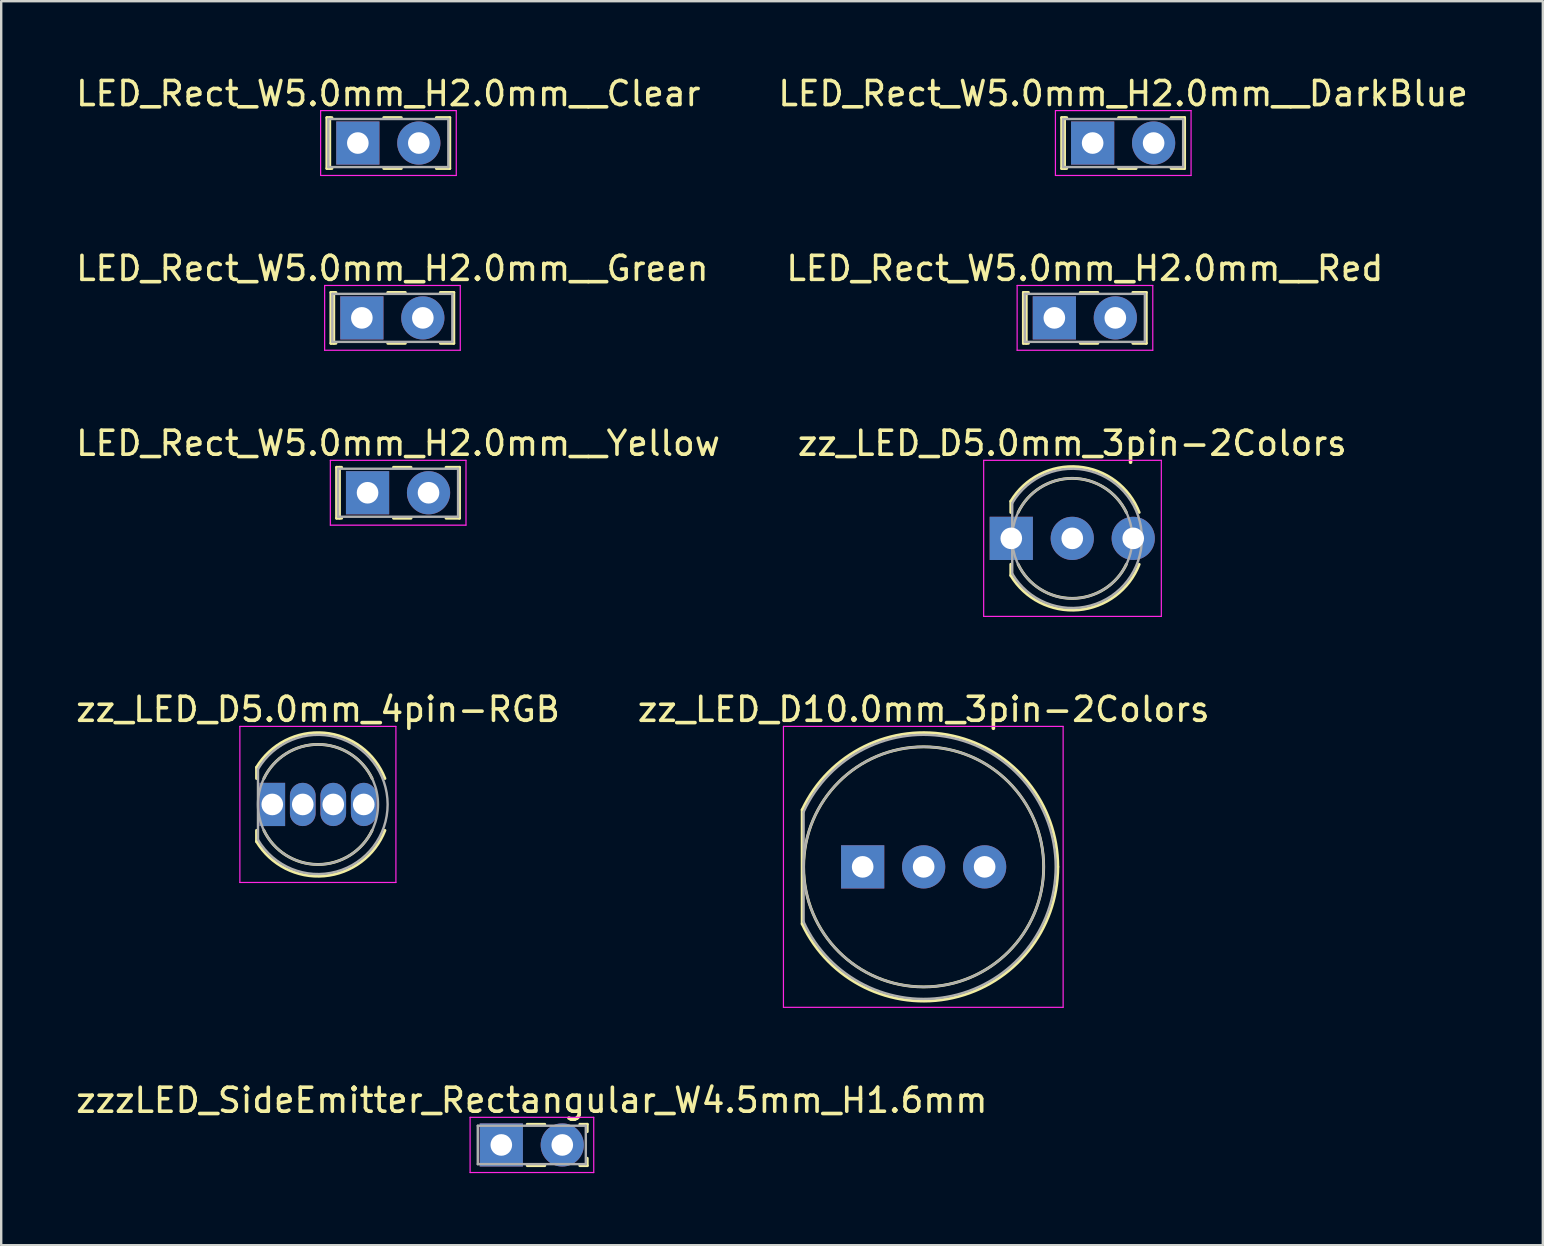
<source format=kicad_pcb>
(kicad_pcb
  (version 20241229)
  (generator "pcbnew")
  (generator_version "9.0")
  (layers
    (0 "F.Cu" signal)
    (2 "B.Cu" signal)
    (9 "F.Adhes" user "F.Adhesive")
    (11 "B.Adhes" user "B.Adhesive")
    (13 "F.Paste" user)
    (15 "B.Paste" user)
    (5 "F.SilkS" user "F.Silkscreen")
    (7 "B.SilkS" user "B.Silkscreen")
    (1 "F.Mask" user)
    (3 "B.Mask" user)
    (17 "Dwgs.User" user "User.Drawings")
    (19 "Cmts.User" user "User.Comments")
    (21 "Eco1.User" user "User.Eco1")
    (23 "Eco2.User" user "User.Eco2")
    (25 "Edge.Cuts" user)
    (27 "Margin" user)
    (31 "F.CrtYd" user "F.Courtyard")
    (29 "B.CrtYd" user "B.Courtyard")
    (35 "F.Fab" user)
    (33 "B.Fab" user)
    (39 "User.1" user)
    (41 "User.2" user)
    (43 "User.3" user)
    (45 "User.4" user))
  (footprint "zz_LED_D10.0mm_3pin-2Colors"
    (layer "F.Cu")
    (at 32.883 33.058)
    (property "Reference" "zz_LED_D10.0mm_3pin-2Colors" (at 2.54 -6.56 0) (layer "F.SilkS") (effects (font (size 1 1) (thickness 0.15))))
    (attr through_hole)
    (fp_line (start -2.52 -2.376) (end -2.52 2.376) (stroke (width 0.12) (type solid)) (layer "F.SilkS"))
    (fp_arc (start -2.52 -2.375816) (mid 3.754794 -5.456407) (end 8.129998 -0.004741) (stroke (width 0.12) (type solid)) (layer "F.SilkS"))
    (fp_arc (start 8.129998 0.004741) (mid 3.754794 5.456407) (end -2.52 2.375816) (stroke (width 0.12) (type solid)) (layer "F.SilkS"))
    (fp_circle (center 2.54 0) (end 7.54 0) (stroke (width 0.12) (type solid)) (fill no) (layer "F.SilkS"))
    (fp_line (start -3.3 -5.85) (end -3.3 5.85) (stroke (width 0.05) (type solid)) (layer "F.CrtYd"))
    (fp_line (start -3.3 5.85) (end 8.35 5.85) (stroke (width 0.05) (type solid)) (layer "F.CrtYd"))
    (fp_line (start 8.35 -5.85) (end -3.3 -5.85) (stroke (width 0.05) (type solid)) (layer "F.CrtYd"))
    (fp_line (start 8.35 5.85) (end 8.35 -5.85) (stroke (width 0.05) (type solid)) (layer "F.CrtYd"))
    (fp_line (start -2.46 -2.291) (end -2.46 2.291) (stroke (width 0.1) (type solid)) (layer "F.Fab"))
    (fp_arc (start -2.46 -2.291288) (mid 8.04 0.001918) (end -2.461597 2.2878) (stroke (width 0.1) (type solid)) (layer "F.Fab"))
    (fp_circle (center 2.54 0) (end 7.54 0) (stroke (width 0.1) (type solid)) (fill no) (layer "F.Fab"))
    (pad "1" thru_hole rect (at 0 0) (size 1.8 1.8) (drill 0.9) (layers "*.Cu" "*.Mask"))
    (pad "2" thru_hole circle (at 2.54 0) (size 1.8 1.8) (drill 0.9) (layers "*.Cu" "*.Mask"))
    (pad "3" thru_hole circle (at 5.08 0) (size 1.8 1.8) (drill 0.9) (layers "*.Cu" "*.Mask")))
  (footprint "zz_LED_D5.0mm_3pin-2Colors"
    (layer "F.Cu")
    (at 39.073 19.375)
    (property "Reference" "zz_LED_D5.0mm_3pin-2Colors" (at 2.54 -3.96 0) (layer "F.SilkS") (effects (font (size 1 1) (thickness 0.15))))
    (attr through_hole)
    (fp_line (start -0.02 -1.545) (end -0.02 -1.08) (stroke (width 0.12) (type solid)) (layer "F.SilkS"))
    (fp_line (start -0.02 1.08) (end -0.02 1.545) (stroke (width 0.12) (type solid)) (layer "F.SilkS"))
    (fp_arc (start -0.02 -1.54483) (mid 2.798456 -2.978809) (end 5.327815 -1.080827) (stroke (width 0.12) (type solid)) (layer "F.SilkS"))
    (fp_arc (start 0.285316 -1.08) (mid 2.539762 -2.5) (end 4.794479 -1.080429) (stroke (width 0.12) (type solid)) (layer "F.SilkS"))
    (fp_arc (start 4.794479 1.080429) (mid 2.539762 2.5) (end 0.285316 1.08) (stroke (width 0.12) (type solid)) (layer "F.SilkS"))
    (fp_arc (start 5.327815 1.080827) (mid 2.798456 2.978808) (end -0.02 1.54483) (stroke (width 0.12) (type solid)) (layer "F.SilkS"))
    (fp_line (start -1.15 -3.25) (end -1.15 3.25) (stroke (width 0.05) (type solid)) (layer "F.CrtYd"))
    (fp_line (start -1.15 3.25) (end 6.25 3.25) (stroke (width 0.05) (type solid)) (layer "F.CrtYd"))
    (fp_line (start 6.25 -3.25) (end -1.15 -3.25) (stroke (width 0.05) (type solid)) (layer "F.CrtYd"))
    (fp_line (start 6.25 3.25) (end 6.25 -3.25) (stroke (width 0.05) (type solid)) (layer "F.CrtYd"))
    (fp_line (start 0.04 -1.47) (end 0.04 1.47) (stroke (width 0.1) (type solid)) (layer "F.Fab"))
    (fp_arc (start 0.04 -1.469694) (mid 5.44 0.000016) (end 0.039984 1.469666) (stroke (width 0.1) (type solid)) (layer "F.Fab"))
    (fp_circle (center 2.54 0) (end 5.04 0) (stroke (width 0.1) (type solid)) (fill no) (layer "F.Fab"))
    (pad "1" thru_hole rect (at 0 0) (size 1.8 1.8) (drill 0.9) (layers "*.Cu" "*.Mask"))
    (pad "2" thru_hole circle (at 2.54 0) (size 1.8 1.8) (drill 0.9) (layers "*.Cu" "*.Mask"))
    (pad "3" thru_hole circle (at 5.08 0) (size 1.8 1.8) (drill 0.9) (layers "*.Cu" "*.Mask")))
  (footprint "LED_Rect_W5.0mm_H2.0mm__Clear"
    (layer "F.Cu")
    (at 11.855 2.908)
    (property "Reference" "LED_Rect_W5.0mm_H2.0mm__Clear" (at 1.27 -2.06 0) (layer "F.SilkS") (effects (font (size 1 1) (thickness 0.15))))
    (attr through_hole)
    (fp_line (start -1.29 -1.06) (end -1.29 1.06) (stroke (width 0.12) (type solid)) (layer "F.SilkS"))
    (fp_line (start -1.29 -1.06) (end -1.08 -1.06) (stroke (width 0.12) (type solid)) (layer "F.SilkS"))
    (fp_line (start -1.29 1.06) (end -1.08 1.06) (stroke (width 0.12) (type solid)) (layer "F.SilkS"))
    (fp_line (start -1.17 -1.06) (end -1.17 1.06) (stroke (width 0.12) (type solid)) (layer "F.SilkS"))
    (fp_line (start 1.08 -1.06) (end 1.811 -1.06) (stroke (width 0.12) (type solid)) (layer "F.SilkS"))
    (fp_line (start 1.08 1.06) (end 1.811 1.06) (stroke (width 0.12) (type solid)) (layer "F.SilkS"))
    (fp_line (start 3.27 -1.06) (end 3.83 -1.06) (stroke (width 0.12) (type solid)) (layer "F.SilkS"))
    (fp_line (start 3.27 1.06) (end 3.83 1.06) (stroke (width 0.12) (type solid)) (layer "F.SilkS"))
    (fp_line (start 3.83 -1.06) (end 3.83 1.06) (stroke (width 0.12) (type solid)) (layer "F.SilkS"))
    (fp_line (start -1.55 -1.35) (end -1.55 1.35) (stroke (width 0.05) (type solid)) (layer "F.CrtYd"))
    (fp_line (start -1.55 1.35) (end 4.1 1.35) (stroke (width 0.05) (type solid)) (layer "F.CrtYd"))
    (fp_line (start 4.1 -1.35) (end -1.55 -1.35) (stroke (width 0.05) (type solid)) (layer "F.CrtYd"))
    (fp_line (start 4.1 1.35) (end 4.1 -1.35) (stroke (width 0.05) (type solid)) (layer "F.CrtYd"))
    (fp_line (start -1.23 -1) (end -1.23 1) (stroke (width 0.1) (type solid)) (layer "F.Fab"))
    (fp_line (start -1.23 1) (end 3.77 1) (stroke (width 0.1) (type solid)) (layer "F.Fab"))
    (fp_line (start 3.77 -1) (end -1.23 -1) (stroke (width 0.1) (type solid)) (layer "F.Fab"))
    (fp_line (start 3.77 1) (end 3.77 -1) (stroke (width 0.1) (type solid)) (layer "F.Fab"))
    (pad "1" thru_hole rect (at 0 0) (size 1.8 1.8) (drill 0.9) (layers "*.Cu" "*.Mask"))
    (pad "2" thru_hole circle (at 2.54 0) (size 1.8 1.8) (drill 0.9) (layers "*.Cu" "*.Mask")))
  (footprint "LED_Rect_W5.0mm_H2.0mm__Yellow"
    (layer "F.Cu")
    (at 12.26 17.475)
    (property "Reference" "LED_Rect_W5.0mm_H2.0mm__Yellow" (at 1.27 -2.06 0) (layer "F.SilkS") (effects (font (size 1 1) (thickness 0.15))))
    (attr through_hole)
    (fp_line (start -1.29 -1.06) (end -1.29 1.06) (stroke (width 0.12) (type solid)) (layer "F.SilkS"))
    (fp_line (start -1.29 -1.06) (end -1.08 -1.06) (stroke (width 0.12) (type solid)) (layer "F.SilkS"))
    (fp_line (start -1.29 1.06) (end -1.08 1.06) (stroke (width 0.12) (type solid)) (layer "F.SilkS"))
    (fp_line (start -1.17 -1.06) (end -1.17 1.06) (stroke (width 0.12) (type solid)) (layer "F.SilkS"))
    (fp_line (start 1.08 -1.06) (end 1.811 -1.06) (stroke (width 0.12) (type solid)) (layer "F.SilkS"))
    (fp_line (start 1.08 1.06) (end 1.811 1.06) (stroke (width 0.12) (type solid)) (layer "F.SilkS"))
    (fp_line (start 3.27 -1.06) (end 3.83 -1.06) (stroke (width 0.12) (type solid)) (layer "F.SilkS"))
    (fp_line (start 3.27 1.06) (end 3.83 1.06) (stroke (width 0.12) (type solid)) (layer "F.SilkS"))
    (fp_line (start 3.83 -1.06) (end 3.83 1.06) (stroke (width 0.12) (type solid)) (layer "F.SilkS"))
    (fp_line (start -1.55 -1.35) (end -1.55 1.35) (stroke (width 0.05) (type solid)) (layer "F.CrtYd"))
    (fp_line (start -1.55 1.35) (end 4.1 1.35) (stroke (width 0.05) (type solid)) (layer "F.CrtYd"))
    (fp_line (start 4.1 -1.35) (end -1.55 -1.35) (stroke (width 0.05) (type solid)) (layer "F.CrtYd"))
    (fp_line (start 4.1 1.35) (end 4.1 -1.35) (stroke (width 0.05) (type solid)) (layer "F.CrtYd"))
    (fp_line (start -1.23 -1) (end -1.23 1) (stroke (width 0.1) (type solid)) (layer "F.Fab"))
    (fp_line (start -1.23 1) (end 3.77 1) (stroke (width 0.1) (type solid)) (layer "F.Fab"))
    (fp_line (start 3.77 -1) (end -1.23 -1) (stroke (width 0.1) (type solid)) (layer "F.Fab"))
    (fp_line (start 3.77 1) (end 3.77 -1) (stroke (width 0.1) (type solid)) (layer "F.Fab"))
    (pad "1" thru_hole rect (at 0 0) (size 1.8 1.8) (drill 0.9) (layers "*.Cu" "*.Mask"))
    (pad "2" thru_hole circle (at 2.54 0) (size 1.8 1.8) (drill 0.9) (layers "*.Cu" "*.Mask")))
  (footprint "LED_Rect_W5.0mm_H2.0mm__DarkBlue"
    (layer "F.Cu")
    (at 42.462 2.908)
    (property "Reference" "LED_Rect_W5.0mm_H2.0mm__DarkBlue" (at 1.27 -2.06 0) (layer "F.SilkS") (effects (font (size 1 1) (thickness 0.15))))
    (attr through_hole)
    (fp_line (start -1.29 -1.06) (end -1.29 1.06) (stroke (width 0.12) (type solid)) (layer "F.SilkS"))
    (fp_line (start -1.29 -1.06) (end -1.08 -1.06) (stroke (width 0.12) (type solid)) (layer "F.SilkS"))
    (fp_line (start -1.29 1.06) (end -1.08 1.06) (stroke (width 0.12) (type solid)) (layer "F.SilkS"))
    (fp_line (start -1.17 -1.06) (end -1.17 1.06) (stroke (width 0.12) (type solid)) (layer "F.SilkS"))
    (fp_line (start 1.08 -1.06) (end 1.811 -1.06) (stroke (width 0.12) (type solid)) (layer "F.SilkS"))
    (fp_line (start 1.08 1.06) (end 1.811 1.06) (stroke (width 0.12) (type solid)) (layer "F.SilkS"))
    (fp_line (start 3.27 -1.06) (end 3.83 -1.06) (stroke (width 0.12) (type solid)) (layer "F.SilkS"))
    (fp_line (start 3.27 1.06) (end 3.83 1.06) (stroke (width 0.12) (type solid)) (layer "F.SilkS"))
    (fp_line (start 3.83 -1.06) (end 3.83 1.06) (stroke (width 0.12) (type solid)) (layer "F.SilkS"))
    (fp_line (start -1.55 -1.35) (end -1.55 1.35) (stroke (width 0.05) (type solid)) (layer "F.CrtYd"))
    (fp_line (start -1.55 1.35) (end 4.1 1.35) (stroke (width 0.05) (type solid)) (layer "F.CrtYd"))
    (fp_line (start 4.1 -1.35) (end -1.55 -1.35) (stroke (width 0.05) (type solid)) (layer "F.CrtYd"))
    (fp_line (start 4.1 1.35) (end 4.1 -1.35) (stroke (width 0.05) (type solid)) (layer "F.CrtYd"))
    (fp_line (start -1.23 -1) (end -1.23 1) (stroke (width 0.1) (type solid)) (layer "F.Fab"))
    (fp_line (start -1.23 1) (end 3.77 1) (stroke (width 0.1) (type solid)) (layer "F.Fab"))
    (fp_line (start 3.77 -1) (end -1.23 -1) (stroke (width 0.1) (type solid)) (layer "F.Fab"))
    (fp_line (start 3.77 1) (end 3.77 -1) (stroke (width 0.1) (type solid)) (layer "F.Fab"))
    (pad "1" thru_hole rect (at 0 0) (size 1.8 1.8) (drill 0.9) (layers "*.Cu" "*.Mask"))
    (pad "2" thru_hole circle (at 2.54 0) (size 1.8 1.8) (drill 0.9) (layers "*.Cu" "*.Mask")))
  (footprint "zzzLED_SideEmitter_Rectangular_W4.5mm_H1.6mm"
    (layer "F.Cu")
    (at 17.831 44.641)
    (property "Reference" "zzzLED_SideEmitter_Rectangular_W4.5mm_H1.6mm" (at 1.27 -1.86 0) (layer "F.SilkS") (effects (font (size 1 1) (thickness 0.15))))
    (attr through_hole)
    (fp_line (start 1.08 -0.861) (end 1.811 -0.861) (stroke (width 0.12) (type solid)) (layer "F.SilkS"))
    (fp_line (start 1.08 0.861) (end 1.811 0.861) (stroke (width 0.12) (type solid)) (layer "F.SilkS"))
    (fp_line (start 3.27 -0.861) (end 3.58 -0.861) (stroke (width 0.12) (type solid)) (layer "F.SilkS"))
    (fp_line (start 3.27 0.861) (end 3.58 0.861) (stroke (width 0.12) (type solid)) (layer "F.SilkS"))
    (fp_line (start 3.58 -0.861) (end 3.58 -0.555) (stroke (width 0.12) (type solid)) (layer "F.SilkS"))
    (fp_line (start 3.58 0.555) (end 3.58 0.861) (stroke (width 0.12) (type solid)) (layer "F.SilkS"))
    (fp_line (start -1.3 -1.15) (end -1.3 1.15) (stroke (width 0.05) (type solid)) (layer "F.CrtYd"))
    (fp_line (start -1.3 1.15) (end 3.85 1.15) (stroke (width 0.05) (type solid)) (layer "F.CrtYd"))
    (fp_line (start 3.85 -1.15) (end -1.3 -1.15) (stroke (width 0.05) (type solid)) (layer "F.CrtYd"))
    (fp_line (start 3.85 1.15) (end 3.85 -1.15) (stroke (width 0.05) (type solid)) (layer "F.CrtYd"))
    (fp_line (start -0.98 -0.8) (end -0.98 0.8) (stroke (width 0.1) (type solid)) (layer "F.Fab"))
    (fp_line (start -0.98 0.8) (end 3.52 0.8) (stroke (width 0.1) (type solid)) (layer "F.Fab"))
    (fp_line (start 3.52 -0.8) (end -0.98 -0.8) (stroke (width 0.1) (type solid)) (layer "F.Fab"))
    (fp_line (start 3.52 0.8) (end 3.52 -0.8) (stroke (width 0.1) (type solid)) (layer "F.Fab"))
    (pad "1" thru_hole rect (at 0 0) (size 1.8 1.8) (drill 0.9) (layers "*.Cu" "*.Mask"))
    (pad "2" thru_hole circle (at 2.54 0) (size 1.8 1.8) (drill 0.9) (layers "*.Cu" "*.Mask")))
  (footprint "LED_Rect_W5.0mm_H2.0mm__Green"
    (layer "F.Cu")
    (at 12.022 10.191)
    (property "Reference" "LED_Rect_W5.0mm_H2.0mm__Green" (at 1.27 -2.06 0) (layer "F.SilkS") (effects (font (size 1 1) (thickness 0.15))))
    (attr through_hole)
    (fp_line (start -1.29 -1.06) (end -1.29 1.06) (stroke (width 0.12) (type solid)) (layer "F.SilkS"))
    (fp_line (start -1.29 -1.06) (end -1.08 -1.06) (stroke (width 0.12) (type solid)) (layer "F.SilkS"))
    (fp_line (start -1.29 1.06) (end -1.08 1.06) (stroke (width 0.12) (type solid)) (layer "F.SilkS"))
    (fp_line (start -1.17 -1.06) (end -1.17 1.06) (stroke (width 0.12) (type solid)) (layer "F.SilkS"))
    (fp_line (start 1.08 -1.06) (end 1.811 -1.06) (stroke (width 0.12) (type solid)) (layer "F.SilkS"))
    (fp_line (start 1.08 1.06) (end 1.811 1.06) (stroke (width 0.12) (type solid)) (layer "F.SilkS"))
    (fp_line (start 3.27 -1.06) (end 3.83 -1.06) (stroke (width 0.12) (type solid)) (layer "F.SilkS"))
    (fp_line (start 3.27 1.06) (end 3.83 1.06) (stroke (width 0.12) (type solid)) (layer "F.SilkS"))
    (fp_line (start 3.83 -1.06) (end 3.83 1.06) (stroke (width 0.12) (type solid)) (layer "F.SilkS"))
    (fp_line (start -1.55 -1.35) (end -1.55 1.35) (stroke (width 0.05) (type solid)) (layer "F.CrtYd"))
    (fp_line (start -1.55 1.35) (end 4.1 1.35) (stroke (width 0.05) (type solid)) (layer "F.CrtYd"))
    (fp_line (start 4.1 -1.35) (end -1.55 -1.35) (stroke (width 0.05) (type solid)) (layer "F.CrtYd"))
    (fp_line (start 4.1 1.35) (end 4.1 -1.35) (stroke (width 0.05) (type solid)) (layer "F.CrtYd"))
    (fp_line (start -1.23 -1) (end -1.23 1) (stroke (width 0.1) (type solid)) (layer "F.Fab"))
    (fp_line (start -1.23 1) (end 3.77 1) (stroke (width 0.1) (type solid)) (layer "F.Fab"))
    (fp_line (start 3.77 -1) (end -1.23 -1) (stroke (width 0.1) (type solid)) (layer "F.Fab"))
    (fp_line (start 3.77 1) (end 3.77 -1) (stroke (width 0.1) (type solid)) (layer "F.Fab"))
    (pad "1" thru_hole rect (at 0 0) (size 1.8 1.8) (drill 0.9) (layers "*.Cu" "*.Mask"))
    (pad "2" thru_hole circle (at 2.54 0) (size 1.8 1.8) (drill 0.9) (layers "*.Cu" "*.Mask")))
  (footprint "LED_Rect_W5.0mm_H2.0mm__Red"
    (layer "F.Cu")
    (at 40.867 10.191)
    (property "Reference" "LED_Rect_W5.0mm_H2.0mm__Red" (at 1.27 -2.06 0) (layer "F.SilkS") (effects (font (size 1 1) (thickness 0.15))))
    (attr through_hole)
    (fp_line (start -1.29 -1.06) (end -1.29 1.06) (stroke (width 0.12) (type solid)) (layer "F.SilkS"))
    (fp_line (start -1.29 -1.06) (end -1.08 -1.06) (stroke (width 0.12) (type solid)) (layer "F.SilkS"))
    (fp_line (start -1.29 1.06) (end -1.08 1.06) (stroke (width 0.12) (type solid)) (layer "F.SilkS"))
    (fp_line (start -1.17 -1.06) (end -1.17 1.06) (stroke (width 0.12) (type solid)) (layer "F.SilkS"))
    (fp_line (start 1.08 -1.06) (end 1.811 -1.06) (stroke (width 0.12) (type solid)) (layer "F.SilkS"))
    (fp_line (start 1.08 1.06) (end 1.811 1.06) (stroke (width 0.12) (type solid)) (layer "F.SilkS"))
    (fp_line (start 3.27 -1.06) (end 3.83 -1.06) (stroke (width 0.12) (type solid)) (layer "F.SilkS"))
    (fp_line (start 3.27 1.06) (end 3.83 1.06) (stroke (width 0.12) (type solid)) (layer "F.SilkS"))
    (fp_line (start 3.83 -1.06) (end 3.83 1.06) (stroke (width 0.12) (type solid)) (layer "F.SilkS"))
    (fp_line (start -1.55 -1.35) (end -1.55 1.35) (stroke (width 0.05) (type solid)) (layer "F.CrtYd"))
    (fp_line (start -1.55 1.35) (end 4.1 1.35) (stroke (width 0.05) (type solid)) (layer "F.CrtYd"))
    (fp_line (start 4.1 -1.35) (end -1.55 -1.35) (stroke (width 0.05) (type solid)) (layer "F.CrtYd"))
    (fp_line (start 4.1 1.35) (end 4.1 -1.35) (stroke (width 0.05) (type solid)) (layer "F.CrtYd"))
    (fp_line (start -1.23 -1) (end -1.23 1) (stroke (width 0.1) (type solid)) (layer "F.Fab"))
    (fp_line (start -1.23 1) (end 3.77 1) (stroke (width 0.1) (type solid)) (layer "F.Fab"))
    (fp_line (start 3.77 -1) (end -1.23 -1) (stroke (width 0.1) (type solid)) (layer "F.Fab"))
    (fp_line (start 3.77 1) (end 3.77 -1) (stroke (width 0.1) (type solid)) (layer "F.Fab"))
    (pad "1" thru_hole rect (at 0 0) (size 1.8 1.8) (drill 0.9) (layers "*.Cu" "*.Mask"))
    (pad "2" thru_hole circle (at 2.54 0) (size 1.8 1.8) (drill 0.9) (layers "*.Cu" "*.Mask")))
  (footprint "zz_LED_D5.0mm_4pin-RGB"
    (layer "F.Cu")
    (at 8.291 30.458)
    (property "Reference" "zz_LED_D5.0mm_4pin-RGB" (at 1.905 -3.96 0) (layer "F.SilkS") (effects (font (size 1 1) (thickness 0.15))))
    (attr through_hole)
    (fp_line (start -0.655 -1.545) (end -0.655 -1.08) (stroke (width 0.12) (type solid)) (layer "F.SilkS"))
    (fp_line (start -0.655 1.08) (end -0.655 1.545) (stroke (width 0.12) (type solid)) (layer "F.SilkS"))
    (fp_arc (start -0.655 -1.54483) (mid 2.163456 -2.978809) (end 4.692815 -1.080827) (stroke (width 0.12) (type solid)) (layer "F.SilkS"))
    (fp_arc (start -0.349684 -1.08) (mid 1.904762 -2.5) (end 4.159479 -1.080429) (stroke (width 0.12) (type solid)) (layer "F.SilkS"))
    (fp_arc (start 4.159479 1.080429) (mid 1.904762 2.5) (end -0.349684 1.08) (stroke (width 0.12) (type solid)) (layer "F.SilkS"))
    (fp_arc (start 4.692815 1.080827) (mid 2.163456 2.978808) (end -0.655 1.54483) (stroke (width 0.12) (type solid)) (layer "F.SilkS"))
    (fp_line (start -1.35 -3.25) (end -1.35 3.25) (stroke (width 0.05) (type solid)) (layer "F.CrtYd"))
    (fp_line (start -1.35 3.25) (end 5.15 3.25) (stroke (width 0.05) (type solid)) (layer "F.CrtYd"))
    (fp_line (start 5.15 -3.25) (end -1.35 -3.25) (stroke (width 0.05) (type solid)) (layer "F.CrtYd"))
    (fp_line (start 5.15 3.25) (end 5.15 -3.25) (stroke (width 0.05) (type solid)) (layer "F.CrtYd"))
    (fp_line (start -0.595 -1.47) (end -0.595 1.47) (stroke (width 0.1) (type solid)) (layer "F.Fab"))
    (fp_arc (start -0.595 -1.469694) (mid 4.805 0.000016) (end -0.595016 1.469666) (stroke (width 0.1) (type solid)) (layer "F.Fab"))
    (fp_circle (center 1.905 0) (end 4.405 0) (stroke (width 0.1) (type solid)) (fill no) (layer "F.Fab"))
    (pad "1" thru_hole rect (at 0 0) (size 1.07 1.8) (drill 0.9) (layers "*.Cu" "*.Mask"))
    (pad "2" thru_hole oval (at 1.27 0) (size 1.07 1.8) (drill 0.9) (layers "*.Cu" "*.Mask"))
    (pad "3" thru_hole oval (at 2.54 0) (size 1.07 1.8) (drill 0.9) (layers "*.Cu" "*.Mask"))
    (pad "4" thru_hole oval (at 3.81 0) (size 1.07 1.8) (drill 0.9) (layers "*.Cu" "*.Mask")))
  (gr_rect
    (start -3 -3)
    (end 61.214 48.816)
    (stroke (width 0.1) (type default))
    (fill no)
    (layer "Edge.Cuts")))
</source>
